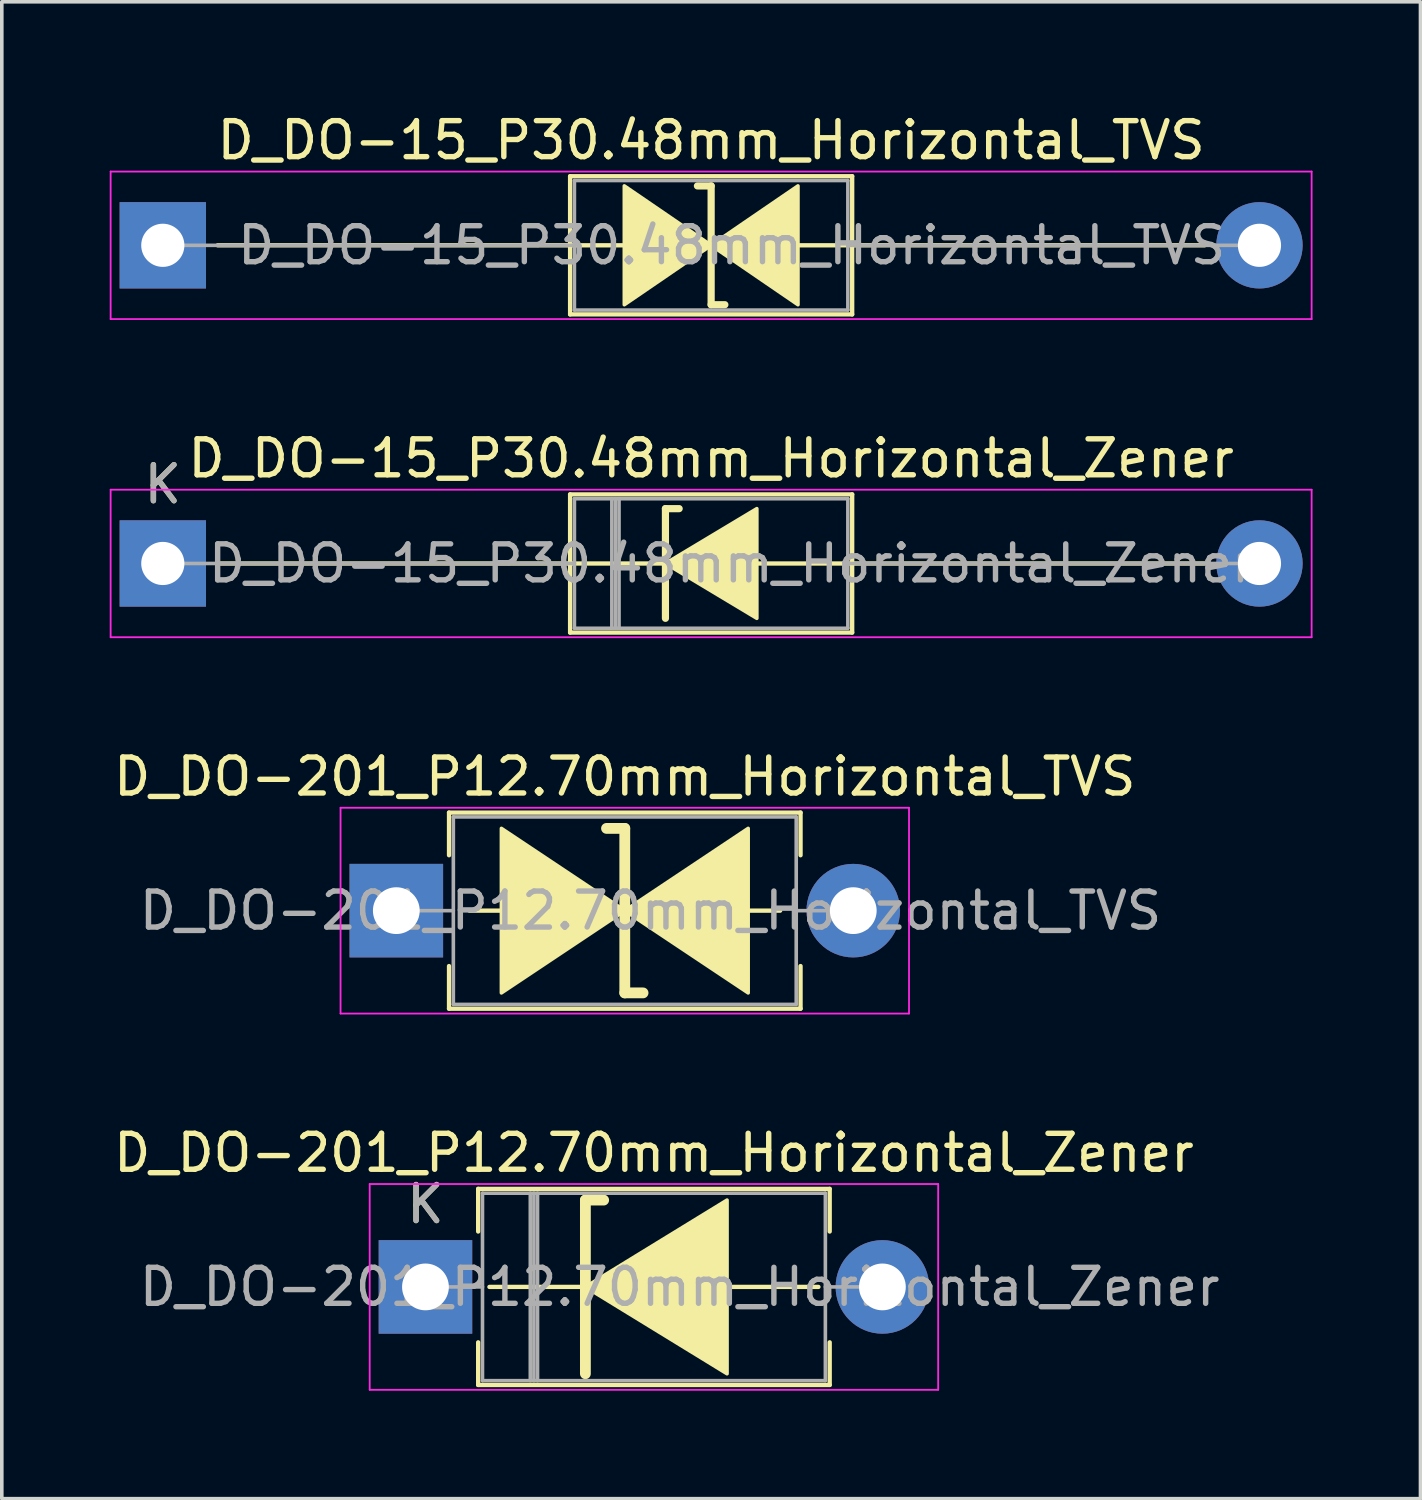
<source format=kicad_pcb>
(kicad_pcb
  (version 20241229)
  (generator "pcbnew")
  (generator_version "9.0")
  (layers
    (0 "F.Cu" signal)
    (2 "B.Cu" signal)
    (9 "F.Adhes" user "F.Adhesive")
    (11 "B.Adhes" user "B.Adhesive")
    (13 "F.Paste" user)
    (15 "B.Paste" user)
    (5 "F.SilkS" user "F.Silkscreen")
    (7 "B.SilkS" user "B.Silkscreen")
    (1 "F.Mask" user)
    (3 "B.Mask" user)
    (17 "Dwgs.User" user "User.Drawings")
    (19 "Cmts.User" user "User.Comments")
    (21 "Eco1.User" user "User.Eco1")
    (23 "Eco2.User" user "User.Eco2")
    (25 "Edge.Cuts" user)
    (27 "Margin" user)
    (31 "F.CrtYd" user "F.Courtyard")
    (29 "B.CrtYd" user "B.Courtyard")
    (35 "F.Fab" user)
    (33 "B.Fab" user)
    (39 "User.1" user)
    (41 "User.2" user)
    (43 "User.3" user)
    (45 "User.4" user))
  (footprint "D_DO-15_P30.48mm_Horizontal_TVS"
    (layer "F.Cu")
    (at 1.475 3.768)
    (property "Reference" "D_DO-15_P30.48mm_Horizontal_TVS" (at 15.24 -2.92 0) (layer "F.SilkS") (effects (font (size 1 1) (thickness 0.15))))
    (attr through_hole)
    (fp_line (start 1.524 0) (end 11.32 0) (stroke (width 0.12) (type solid)) (layer "F.SilkS"))
    (fp_line (start 11.32 -1.92) (end 11.32 1.92) (stroke (width 0.12) (type solid)) (layer "F.SilkS"))
    (fp_line (start 11.32 0) (end 12.827 0) (stroke (width 0.12) (type solid)) (layer "F.SilkS"))
    (fp_line (start 11.32 1.92) (end 19.16 1.92) (stroke (width 0.12) (type solid)) (layer "F.SilkS"))
    (fp_line (start 15.24 -1.651) (end 14.859 -1.651) (stroke (width 0.2) (type solid)) (layer "F.SilkS"))
    (fp_line (start 15.24 1.651) (end 15.24 -1.651) (stroke (width 0.2) (type solid)) (layer "F.SilkS"))
    (fp_line (start 15.621 1.651) (end 15.24 1.651) (stroke (width 0.2) (type solid)) (layer "F.SilkS"))
    (fp_line (start 19.16 -1.92) (end 11.32 -1.92) (stroke (width 0.12) (type solid)) (layer "F.SilkS"))
    (fp_line (start 19.16 1.92) (end 19.16 -1.92) (stroke (width 0.12) (type solid)) (layer "F.SilkS"))
    (fp_line (start 19.177 0) (end 17.653 0) (stroke (width 0.12) (type solid)) (layer "F.SilkS"))
    (fp_line (start 28.956 0) (end 19.16 0) (stroke (width 0.12) (type solid)) (layer "F.SilkS"))
    (fp_poly (pts (xy 15.24 0) (xy 12.827 1.651) (xy 12.827 -1.651)) (stroke (width 0.1) (type solid)) (fill yes) (layer "F.SilkS"))
    (fp_poly (pts (xy 15.24 0) (xy 17.653 -1.651) (xy 17.653 1.651)) (stroke (width 0.1) (type solid)) (fill yes) (layer "F.SilkS"))
    (fp_line (start -1.45 -2.05) (end -1.45 2.05) (stroke (width 0.05) (type solid)) (layer "F.CrtYd"))
    (fp_line (start -1.45 2.05) (end 31.93 2.05) (stroke (width 0.05) (type solid)) (layer "F.CrtYd"))
    (fp_line (start 31.93 -2.05) (end -1.45 -2.05) (stroke (width 0.05) (type solid)) (layer "F.CrtYd"))
    (fp_line (start 31.93 2.05) (end 31.93 -2.05) (stroke (width 0.05) (type solid)) (layer "F.CrtYd"))
    (fp_line (start 0 0) (end 11.44 0) (stroke (width 0.1) (type solid)) (layer "F.Fab"))
    (fp_line (start 11.44 -1.8) (end 11.44 1.8) (stroke (width 0.1) (type solid)) (layer "F.Fab"))
    (fp_line (start 11.44 1.8) (end 19.04 1.8) (stroke (width 0.1) (type solid)) (layer "F.Fab"))
    (fp_line (start 19.04 -1.8) (end 11.44 -1.8) (stroke (width 0.1) (type solid)) (layer "F.Fab"))
    (fp_line (start 19.04 1.8) (end 19.04 -1.8) (stroke (width 0.1) (type solid)) (layer "F.Fab"))
    (fp_line (start 30.48 0) (end 19.04 0) (stroke (width 0.1) (type solid)) (layer "F.Fab"))
    (fp_text user "${REFERENCE}" (at 15.81 0 0) (layer "F.Fab") (effects (font (size 1 1) (thickness 0.15))))
    (pad "1" thru_hole rect (at 0 0) (size 2.4 2.4) (drill 1.2) (layers "*.Cu" "*.Mask"))
    (pad "2" thru_hole oval (at 30.48 0) (size 2.4 2.4) (drill 1.2) (layers "*.Cu" "*.Mask")))
  (footprint "D_DO-15_P30.48mm_Horizontal_Zener"
    (layer "F.Cu")
    (at 1.475 12.611)
    (property "Reference" "D_DO-15_P30.48mm_Horizontal_Zener" (at 15.24 -2.92 0) (layer "F.SilkS") (effects (font (size 1 1) (thickness 0.15))))
    (attr through_hole)
    (fp_line (start 1.524 0) (end 11.32 0) (stroke (width 0.12) (type solid)) (layer "F.SilkS"))
    (fp_line (start 11.32 -1.92) (end 11.32 1.92) (stroke (width 0.12) (type solid)) (layer "F.SilkS"))
    (fp_line (start 11.32 1.92) (end 19.16 1.92) (stroke (width 0.12) (type solid)) (layer "F.SilkS"))
    (fp_line (start 13.97 -1.524) (end 13.97 1.524) (stroke (width 0.2) (type solid)) (layer "F.SilkS"))
    (fp_line (start 13.97 -1.524) (end 14.351 -1.524) (stroke (width 0.2) (type solid)) (layer "F.SilkS"))
    (fp_line (start 13.97 0) (end 11.32 0) (stroke (width 0.12) (type solid)) (layer "F.SilkS"))
    (fp_line (start 19.16 -1.92) (end 11.32 -1.92) (stroke (width 0.12) (type solid)) (layer "F.SilkS"))
    (fp_line (start 19.16 0) (end 16.51 0) (stroke (width 0.12) (type solid)) (layer "F.SilkS"))
    (fp_line (start 19.16 1.92) (end 19.16 -1.92) (stroke (width 0.12) (type solid)) (layer "F.SilkS"))
    (fp_line (start 28.956 0) (end 19.16 0) (stroke (width 0.12) (type solid)) (layer "F.SilkS"))
    (fp_poly (pts (xy 16.51 1.524) (xy 13.97 0) (xy 16.51 -1.524)) (stroke (width 0.1) (type solid)) (fill yes) (layer "F.SilkS"))
    (fp_line (start -1.45 -2.05) (end -1.45 2.05) (stroke (width 0.05) (type solid)) (layer "F.CrtYd"))
    (fp_line (start -1.45 2.05) (end 31.93 2.05) (stroke (width 0.05) (type solid)) (layer "F.CrtYd"))
    (fp_line (start 31.93 -2.05) (end -1.45 -2.05) (stroke (width 0.05) (type solid)) (layer "F.CrtYd"))
    (fp_line (start 31.93 2.05) (end 31.93 -2.05) (stroke (width 0.05) (type solid)) (layer "F.CrtYd"))
    (fp_line (start 0 0) (end 11.44 0) (stroke (width 0.1) (type solid)) (layer "F.Fab"))
    (fp_line (start 11.44 -1.8) (end 11.44 1.8) (stroke (width 0.1) (type solid)) (layer "F.Fab"))
    (fp_line (start 11.44 1.8) (end 19.04 1.8) (stroke (width 0.1) (type solid)) (layer "F.Fab"))
    (fp_line (start 12.48 -1.8) (end 12.48 1.8) (stroke (width 0.1) (type solid)) (layer "F.Fab"))
    (fp_line (start 12.58 -1.8) (end 12.58 1.8) (stroke (width 0.1) (type solid)) (layer "F.Fab"))
    (fp_line (start 12.68 -1.8) (end 12.68 1.8) (stroke (width 0.1) (type solid)) (layer "F.Fab"))
    (fp_line (start 19.04 -1.8) (end 11.44 -1.8) (stroke (width 0.1) (type solid)) (layer "F.Fab"))
    (fp_line (start 19.04 1.8) (end 19.04 -1.8) (stroke (width 0.1) (type solid)) (layer "F.Fab"))
    (fp_line (start 30.48 0) (end 19.04 0) (stroke (width 0.1) (type solid)) (layer "F.Fab"))
    (fp_text user "K" (at 0 -2.2 0) (layer "F.SilkS") (effects (font (size 1 1) (thickness 0.15))))
    (fp_text user "K" (at 0 -2.2 0) (layer "F.Fab") (effects (font (size 1 1) (thickness 0.15))))
    (fp_text user "${REFERENCE}" (at 15.81 0 0) (layer "F.Fab") (effects (font (size 1 1) (thickness 0.15))))
    (pad "1" thru_hole rect (at 0 0) (size 2.4 2.4) (drill 1.2) (layers "*.Cu" "*.Mask"))
    (pad "2" thru_hole oval (at 30.48 0) (size 2.4 2.4) (drill 1.2) (layers "*.Cu" "*.Mask")))
  (footprint "D_DO-201_P12.70mm_Horizontal_Zener"
    (layer "F.Cu")
    (at 8.775 32.718)
    (property "Reference" "D_DO-201_P12.70mm_Horizontal_Zener" (at 6.35 -3.725 0) (layer "F.SilkS") (effects (font (size 1 1) (thickness 0.15))))
    (attr through_hole)
    (fp_line (start 1.465 -2.725) (end 11.235 -2.725) (stroke (width 0.12) (type solid)) (layer "F.SilkS"))
    (fp_line (start 1.465 -1.54) (end 1.465 -2.725) (stroke (width 0.12) (type solid)) (layer "F.SilkS"))
    (fp_line (start 1.465 1.54) (end 1.465 2.725) (stroke (width 0.12) (type solid)) (layer "F.SilkS"))
    (fp_line (start 1.465 2.725) (end 11.235 2.725) (stroke (width 0.12) (type solid)) (layer "F.SilkS"))
    (fp_line (start 4.445 -2.413) (end 4.445 2.413) (stroke (width 0.3) (type solid)) (layer "F.SilkS"))
    (fp_line (start 4.445 -2.413) (end 4.953 -2.413) (stroke (width 0.3) (type solid)) (layer "F.SilkS"))
    (fp_line (start 4.572 0) (end 1.778 0) (stroke (width 0.12) (type solid)) (layer "F.SilkS"))
    (fp_line (start 8.255 0) (end 10.922 0) (stroke (width 0.12) (type solid)) (layer "F.SilkS"))
    (fp_line (start 11.235 -2.725) (end 11.235 -1.54) (stroke (width 0.12) (type solid)) (layer "F.SilkS"))
    (fp_line (start 11.235 2.725) (end 11.235 1.54) (stroke (width 0.12) (type solid)) (layer "F.SilkS"))
    (fp_poly (pts (xy 8.382 2.413) (xy 4.445 0) (xy 8.382 -2.413)) (stroke (width 0.1) (type solid)) (fill yes) (layer "F.SilkS"))
    (fp_line (start -1.55 -2.86) (end -1.55 2.86) (stroke (width 0.05) (type solid)) (layer "F.CrtYd"))
    (fp_line (start -1.55 2.86) (end 14.25 2.86) (stroke (width 0.05) (type solid)) (layer "F.CrtYd"))
    (fp_line (start 14.25 -2.86) (end -1.55 -2.86) (stroke (width 0.05) (type solid)) (layer "F.CrtYd"))
    (fp_line (start 14.25 2.86) (end 14.25 -2.86) (stroke (width 0.05) (type solid)) (layer "F.CrtYd"))
    (fp_line (start 0 0) (end 1.585 0) (stroke (width 0.1) (type solid)) (layer "F.Fab"))
    (fp_line (start 1.585 -2.605) (end 1.585 2.605) (stroke (width 0.1) (type solid)) (layer "F.Fab"))
    (fp_line (start 1.585 2.605) (end 11.115 2.605) (stroke (width 0.1) (type solid)) (layer "F.Fab"))
    (fp_line (start 2.914 -2.605) (end 2.914 2.605) (stroke (width 0.1) (type solid)) (layer "F.Fab"))
    (fp_line (start 3.014 -2.605) (end 3.014 2.605) (stroke (width 0.1) (type solid)) (layer "F.Fab"))
    (fp_line (start 3.115 -2.605) (end 3.115 2.605) (stroke (width 0.1) (type solid)) (layer "F.Fab"))
    (fp_line (start 11.115 -2.605) (end 1.585 -2.605) (stroke (width 0.1) (type solid)) (layer "F.Fab"))
    (fp_line (start 11.115 2.605) (end 11.115 -2.605) (stroke (width 0.1) (type solid)) (layer "F.Fab"))
    (fp_line (start 12.7 0) (end 11.115 0) (stroke (width 0.1) (type solid)) (layer "F.Fab"))
    (fp_text user "K" (at 0 -2.3 0) (layer "F.SilkS") (effects (font (size 1 1) (thickness 0.15))))
    (fp_text user "${REFERENCE}" (at 7.065 0 0) (layer "F.Fab") (effects (font (size 1 1) (thickness 0.15))))
    (fp_text user "K" (at 0 -2.3 0) (layer "F.Fab") (effects (font (size 1 1) (thickness 0.15))))
    (pad "1" thru_hole rect (at 0 0) (size 2.6 2.6) (drill 1.3) (layers "*.Cu" "*.Mask"))
    (pad "2" thru_hole oval (at 12.7 0) (size 2.6 2.6) (drill 1.3) (layers "*.Cu" "*.Mask")))
  (footprint "D_DO-201_P12.70mm_Horizontal_TVS"
    (layer "F.Cu")
    (at 7.965 22.26)
    (property "Reference" "D_DO-201_P12.70mm_Horizontal_TVS" (at 6.35 -3.725 0) (layer "F.SilkS") (effects (font (size 1 1) (thickness 0.15))))
    (attr through_hole)
    (fp_line (start 1.465 -2.725) (end 11.235 -2.725) (stroke (width 0.12) (type solid)) (layer "F.SilkS"))
    (fp_line (start 1.465 -1.54) (end 1.465 -2.725) (stroke (width 0.12) (type solid)) (layer "F.SilkS"))
    (fp_line (start 1.465 1.54) (end 1.465 2.725) (stroke (width 0.12) (type solid)) (layer "F.SilkS"))
    (fp_line (start 1.465 2.725) (end 11.235 2.725) (stroke (width 0.12) (type solid)) (layer "F.SilkS"))
    (fp_line (start 2.032 0) (end 2.921 0) (stroke (width 0.12) (type solid)) (layer "F.SilkS"))
    (fp_line (start 6.35 -2.286) (end 5.842 -2.286) (stroke (width 0.3) (type solid)) (layer "F.SilkS"))
    (fp_line (start 6.35 2.286) (end 6.35 -2.286) (stroke (width 0.3) (type solid)) (layer "F.SilkS"))
    (fp_line (start 6.858 2.286) (end 6.35 2.286) (stroke (width 0.3) (type solid)) (layer "F.SilkS"))
    (fp_line (start 9.779 0) (end 10.668 0) (stroke (width 0.12) (type solid)) (layer "F.SilkS"))
    (fp_line (start 11.235 -2.725) (end 11.235 -1.54) (stroke (width 0.12) (type solid)) (layer "F.SilkS"))
    (fp_line (start 11.235 2.725) (end 11.235 1.54) (stroke (width 0.12) (type solid)) (layer "F.SilkS"))
    (fp_poly (pts (xy 6.35 0) (xy 2.921 2.286) (xy 2.921 -2.286)) (stroke (width 0.1) (type solid)) (fill yes) (layer "F.SilkS"))
    (fp_poly (pts (xy 6.35 0) (xy 9.779 -2.286) (xy 9.779 2.286)) (stroke (width 0.1) (type solid)) (fill yes) (layer "F.SilkS"))
    (fp_line (start -1.55 -2.86) (end -1.55 2.86) (stroke (width 0.05) (type solid)) (layer "F.CrtYd"))
    (fp_line (start -1.55 2.86) (end 14.25 2.86) (stroke (width 0.05) (type solid)) (layer "F.CrtYd"))
    (fp_line (start 14.25 -2.86) (end -1.55 -2.86) (stroke (width 0.05) (type solid)) (layer "F.CrtYd"))
    (fp_line (start 14.25 2.86) (end 14.25 -2.86) (stroke (width 0.05) (type solid)) (layer "F.CrtYd"))
    (fp_line (start 0 0) (end 1.585 0) (stroke (width 0.1) (type solid)) (layer "F.Fab"))
    (fp_line (start 1.585 -2.605) (end 1.585 2.605) (stroke (width 0.1) (type solid)) (layer "F.Fab"))
    (fp_line (start 1.585 2.605) (end 11.115 2.605) (stroke (width 0.1) (type solid)) (layer "F.Fab"))
    (fp_line (start 11.115 -2.605) (end 1.585 -2.605) (stroke (width 0.1) (type solid)) (layer "F.Fab"))
    (fp_line (start 11.115 2.605) (end 11.115 -2.605) (stroke (width 0.1) (type solid)) (layer "F.Fab"))
    (fp_line (start 12.7 0) (end 11.115 0) (stroke (width 0.1) (type solid)) (layer "F.Fab"))
    (fp_text user "${REFERENCE}" (at 7.065 0 0) (layer "F.Fab") (effects (font (size 1 1) (thickness 0.15))))
    (pad "1" thru_hole rect (at 0 0) (size 2.6 2.6) (drill 1.3) (layers "*.Cu" "*.Mask"))
    (pad "2" thru_hole oval (at 12.7 0) (size 2.6 2.6) (drill 1.3) (layers "*.Cu" "*.Mask")))
  (gr_rect
    (start -3 -3)
    (end 36.43 38.603)
    (stroke (width 0.1) (type default))
    (fill no)
    (layer "Edge.Cuts")))
</source>
